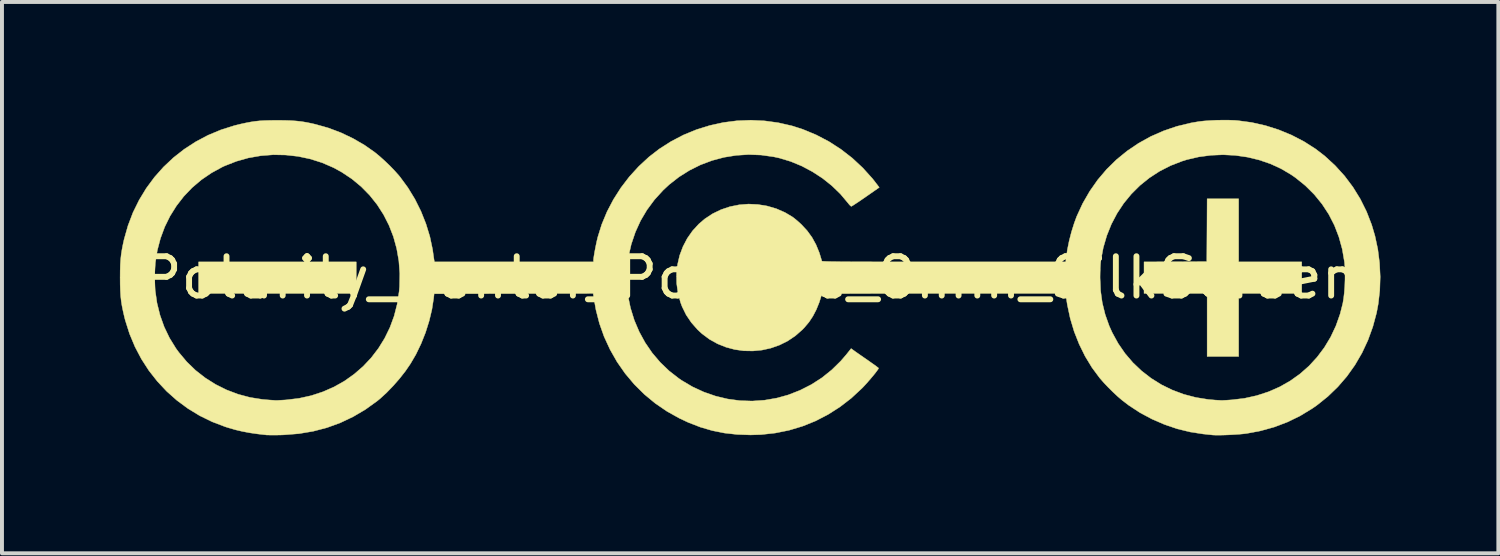
<source format=kicad_pcb>
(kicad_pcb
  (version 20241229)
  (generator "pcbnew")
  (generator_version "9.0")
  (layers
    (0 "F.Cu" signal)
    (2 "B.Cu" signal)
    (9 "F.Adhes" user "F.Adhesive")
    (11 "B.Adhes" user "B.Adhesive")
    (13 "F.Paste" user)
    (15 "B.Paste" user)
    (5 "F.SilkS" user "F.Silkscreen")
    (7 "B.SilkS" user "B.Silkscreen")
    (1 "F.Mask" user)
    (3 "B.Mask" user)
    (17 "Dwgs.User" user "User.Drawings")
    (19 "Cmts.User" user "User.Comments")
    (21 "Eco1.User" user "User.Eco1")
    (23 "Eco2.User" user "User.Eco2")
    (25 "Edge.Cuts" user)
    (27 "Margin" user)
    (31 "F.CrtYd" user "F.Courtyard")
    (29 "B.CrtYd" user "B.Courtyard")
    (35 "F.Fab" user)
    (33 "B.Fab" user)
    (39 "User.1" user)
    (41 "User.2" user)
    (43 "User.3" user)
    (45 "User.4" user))
  (footprint "Polarity_Center_Positive_8mm_SilkScreen"
    (layer "F.Cu")
    (at 16.021 4.012)
    (property "Reference" "Polarity_Center_Positive_8mm_SilkScreen" (at 0 0 0) (layer "F.SilkS") (effects (font (size 1 1) (thickness 0.15))))
    (attr exclude_from_pos_files exclude_from_bom)
    (fp_poly (pts (xy -10.01 0.401) (xy -14.02 0.401) (xy -14.02 -0.401) (xy -10.01 -0.401) (xy -10.01 0.401)) (stroke (width 0.01) (type solid)) (fill yes) (layer "F.SilkS"))
    (fp_poly (pts (xy 12.433 -0.401) (xy 14.037 -0.401) (xy 14.037 0.401) (xy 12.433 0.401) (xy 12.433 2.005) (xy 11.631 2.005) (xy 11.631 0.401) (xy 10.026 0.401) (xy 10.026 -0.401) (xy 10.824 -0.405) (xy 11.622 -0.409) (xy 11.627 -1.207) (xy 11.631 -2.005) (xy 12.433 -2.005) (xy 12.433 -0.401)) (stroke (width 0.01) (type solid)) (fill yes) (layer "F.SilkS"))
    (fp_poly (pts (xy 12.193 -4.006) (xy 12.338 -4.001) (xy 12.409 -3.995) (xy 12.765 -3.947) (xy 13.115 -3.868) (xy 13.455 -3.76) (xy 13.783 -3.624) (xy 14.095 -3.462) (xy 14.388 -3.275) (xy 14.622 -3.095) (xy 14.886 -2.852) (xy 15.126 -2.588) (xy 15.34 -2.303) (xy 15.527 -2) (xy 15.686 -1.68) (xy 15.816 -1.345) (xy 15.9 -1.061) (xy 15.972 -0.723) (xy 16.016 -0.375) (xy 16.033 -0.023) (xy 16.022 0.326) (xy 15.983 0.666) (xy 15.941 0.892) (xy 15.845 1.249) (xy 15.721 1.591) (xy 15.569 1.916) (xy 15.39 2.223) (xy 15.185 2.511) (xy 14.954 2.778) (xy 14.699 3.024) (xy 14.42 3.247) (xy 14.302 3.329) (xy 13.994 3.516) (xy 13.672 3.673) (xy 13.336 3.8) (xy 12.986 3.897) (xy 12.645 3.961) (xy 12.559 3.972) (xy 12.454 3.982) (xy 12.335 3.99) (xy 12.21 3.997) (xy 12.087 4.002) (xy 11.971 4.005) (xy 11.871 4.006) (xy 11.794 4.003) (xy 11.764 4.001) (xy 11.723 3.996) (xy 11.658 3.99) (xy 11.581 3.981) (xy 11.53 3.976) (xy 11.2 3.925) (xy 10.869 3.844) (xy 10.543 3.733) (xy 10.226 3.596) (xy 9.922 3.433) (xy 9.638 3.247) (xy 9.467 3.116) (xy 9.357 3.022) (xy 9.238 2.911) (xy 9.117 2.791) (xy 9.004 2.672) (xy 8.908 2.562) (xy 8.896 2.548) (xy 8.701 2.285) (xy 8.527 1.998) (xy 8.376 1.691) (xy 8.249 1.37) (xy 8.149 1.036) (xy 8.076 0.695) (xy 8.062 0.606) (xy 8.032 0.401) (xy 4.934 0.401) (xy 4.543 0.401) (xy 4.184 0.401) (xy 3.856 0.401) (xy 3.557 0.402) (xy 3.287 0.402) (xy 3.045 0.403) (xy 2.829 0.403) (xy 2.638 0.404) (xy 2.47 0.405) (xy 2.325 0.406) (xy 2.201 0.408) (xy 2.098 0.409) (xy 2.013 0.411) (xy 1.946 0.412) (xy 1.896 0.414) (xy 1.861 0.417) (xy 1.839 0.419) (xy 1.831 0.422) (xy 1.831 0.422) (xy 1.764 0.633) (xy 1.689 0.817) (xy 1.604 0.98) (xy 1.506 1.128) (xy 1.39 1.266) (xy 1.338 1.321) (xy 1.158 1.479) (xy 0.962 1.611) (xy 0.753 1.715) (xy 0.534 1.792) (xy 0.308 1.842) (xy 0.078 1.864) (xy -0.153 1.86) (xy -0.382 1.828) (xy -0.606 1.768) (xy -0.821 1.682) (xy -1.026 1.568) (xy -1.215 1.427) (xy -1.326 1.325) (xy -1.488 1.141) (xy -1.619 0.947) (xy -1.721 0.74) (xy -1.763 0.628) (xy -1.828 0.387) (xy -1.861 0.144) (xy -1.863 0.006) (xy 8.907 0.006) (xy 8.921 0.329) (xy 8.964 0.638) (xy 9.037 0.935) (xy 9.14 1.226) (xy 9.216 1.395) (xy 9.367 1.671) (xy 9.543 1.927) (xy 9.743 2.161) (xy 9.965 2.372) (xy 10.207 2.559) (xy 10.468 2.722) (xy 10.746 2.858) (xy 11.038 2.967) (xy 11.344 3.047) (xy 11.661 3.098) (xy 11.848 3.114) (xy 11.908 3.117) (xy 11.961 3.12) (xy 11.981 3.122) (xy 12.013 3.122) (xy 12.071 3.119) (xy 12.146 3.115) (xy 12.233 3.109) (xy 12.252 3.108) (xy 12.58 3.069) (xy 12.895 2.999) (xy 13.195 2.901) (xy 13.479 2.776) (xy 13.746 2.624) (xy 13.994 2.447) (xy 14.222 2.246) (xy 14.428 2.022) (xy 14.612 1.777) (xy 14.772 1.511) (xy 14.906 1.227) (xy 15.013 0.924) (xy 15.082 0.652) (xy 15.103 0.526) (xy 15.12 0.377) (xy 15.132 0.213) (xy 15.138 0.044) (xy 15.139 -0.121) (xy 15.134 -0.273) (xy 15.124 -0.397) (xy 15.068 -0.724) (xy 14.982 -1.036) (xy 14.868 -1.332) (xy 14.725 -1.611) (xy 14.554 -1.872) (xy 14.356 -2.115) (xy 14.131 -2.339) (xy 13.88 -2.542) (xy 13.769 -2.619) (xy 13.514 -2.77) (xy 13.24 -2.896) (xy 12.953 -2.994) (xy 12.654 -3.066) (xy 12.348 -3.11) (xy 12.038 -3.126) (xy 11.727 -3.113) (xy 11.419 -3.072) (xy 11.117 -3.002) (xy 10.996 -2.964) (xy 10.699 -2.849) (xy 10.42 -2.706) (xy 10.16 -2.537) (xy 9.921 -2.344) (xy 9.704 -2.128) (xy 9.51 -1.892) (xy 9.34 -1.635) (xy 9.196 -1.361) (xy 9.079 -1.07) (xy 8.99 -0.765) (xy 8.93 -0.446) (xy 8.924 -0.401) (xy 8.918 -0.333) (xy 8.913 -0.241) (xy 8.909 -0.137) (xy 8.907 -0.03) (xy 8.907 0.006) (xy -1.863 0.006) (xy -1.864 -0.098) (xy -1.838 -0.336) (xy -1.784 -0.568) (xy -1.701 -0.789) (xy -1.592 -0.998) (xy -1.457 -1.191) (xy -1.296 -1.366) (xy -1.148 -1.493) (xy -0.947 -1.626) (xy -0.732 -1.73) (xy -0.506 -1.806) (xy -0.272 -1.853) (xy -0.034 -1.872) (xy 0.205 -1.861) (xy 0.442 -1.822) (xy 0.672 -1.755) (xy 0.894 -1.658) (xy 1.078 -1.549) (xy 1.133 -1.508) (xy 1.201 -1.452) (xy 1.272 -1.389) (xy 1.316 -1.348) (xy 1.46 -1.192) (xy 1.582 -1.024) (xy 1.683 -0.84) (xy 1.767 -0.635) (xy 1.832 -0.422) (xy 1.838 -0.419) (xy 1.858 -0.417) (xy 1.891 -0.415) (xy 1.94 -0.413) (xy 2.004 -0.411) (xy 2.087 -0.409) (xy 2.188 -0.408) (xy 2.309 -0.406) (xy 2.451 -0.405) (xy 2.616 -0.404) (xy 2.804 -0.404) (xy 3.017 -0.403) (xy 3.257 -0.402) (xy 3.523 -0.402) (xy 3.818 -0.401) (xy 4.142 -0.401) (xy 4.498 -0.401) (xy 4.885 -0.401) (xy 8.034 -0.401) (xy 8.046 -0.505) (xy 8.077 -0.715) (xy 8.123 -0.94) (xy 8.182 -1.168) (xy 8.251 -1.388) (xy 8.315 -1.561) (xy 8.467 -1.89) (xy 8.646 -2.2) (xy 8.849 -2.489) (xy 9.076 -2.757) (xy 9.326 -3.002) (xy 9.597 -3.223) (xy 9.887 -3.419) (xy 10.195 -3.59) (xy 10.521 -3.733) (xy 10.861 -3.849) (xy 11.216 -3.935) (xy 11.419 -3.97) (xy 11.547 -3.985) (xy 11.699 -3.996) (xy 11.863 -4.004) (xy 12.031 -4.007) (xy 12.193 -4.006)) (stroke (width 0.01) (type solid)) (fill yes) (layer "F.SilkS"))
    (fp_poly (pts (xy 0.378 -3.988) (xy 0.727 -3.94) (xy 1.073 -3.861) (xy 1.345 -3.774) (xy 1.685 -3.633) (xy 2.01 -3.463) (xy 2.317 -3.265) (xy 2.606 -3.041) (xy 2.875 -2.79) (xy 3.122 -2.516) (xy 3.247 -2.355) (xy 3.292 -2.295) (xy 2.946 -2.054) (xy 2.85 -1.988) (xy 2.764 -1.929) (xy 2.689 -1.88) (xy 2.631 -1.842) (xy 2.593 -1.819) (xy 2.58 -1.813) (xy 2.561 -1.826) (xy 2.529 -1.858) (xy 2.493 -1.903) (xy 2.303 -2.129) (xy 2.087 -2.338) (xy 1.849 -2.528) (xy 1.592 -2.695) (xy 1.322 -2.839) (xy 1.041 -2.955) (xy 0.754 -3.042) (xy 0.608 -3.074) (xy 0.288 -3.119) (xy -0.031 -3.131) (xy -0.346 -3.111) (xy -0.657 -3.061) (xy -0.96 -2.98) (xy -1.253 -2.87) (xy -1.534 -2.73) (xy -1.8 -2.563) (xy -2.05 -2.368) (xy -2.206 -2.223) (xy -2.426 -1.981) (xy -2.617 -1.723) (xy -2.779 -1.449) (xy -2.911 -1.159) (xy -3.015 -0.852) (xy -3.089 -0.529) (xy -3.102 -0.451) (xy -3.117 -0.322) (xy -3.126 -0.172) (xy -3.13 -0.01) (xy -3.127 0.153) (xy -3.119 0.305) (xy -3.104 0.436) (xy -3.102 0.449) (xy -3.035 0.771) (xy -2.939 1.081) (xy -2.814 1.375) (xy -2.662 1.653) (xy -2.484 1.913) (xy -2.28 2.153) (xy -2.053 2.371) (xy -1.802 2.566) (xy -1.738 2.61) (xy -1.459 2.775) (xy -1.169 2.909) (xy -0.869 3.013) (xy -0.563 3.086) (xy -0.251 3.128) (xy 0.062 3.138) (xy 0.377 3.116) (xy 0.689 3.062) (xy 0.977 2.982) (xy 1.279 2.864) (xy 1.566 2.718) (xy 1.835 2.545) (xy 2.085 2.344) (xy 2.314 2.119) (xy 2.452 1.959) (xy 2.576 1.803) (xy 2.654 1.859) (xy 2.693 1.887) (xy 2.753 1.929) (xy 2.829 1.982) (xy 2.914 2.041) (xy 3.004 2.103) (xy 3.087 2.162) (xy 3.16 2.213) (xy 3.218 2.256) (xy 3.258 2.286) (xy 3.275 2.301) (xy 3.275 2.302) (xy 3.265 2.325) (xy 3.235 2.367) (xy 3.191 2.426) (xy 3.135 2.495) (xy 3.071 2.571) (xy 3.004 2.648) (xy 2.937 2.723) (xy 2.874 2.791) (xy 2.85 2.815) (xy 2.579 3.066) (xy 2.291 3.288) (xy 1.988 3.481) (xy 1.671 3.645) (xy 1.34 3.778) (xy 0.998 3.881) (xy 0.646 3.952) (xy 0.284 3.992) (xy 0.017 4) (xy -0.324 3.988) (xy -0.646 3.952) (xy -0.956 3.89) (xy -1.259 3.801) (xy -1.562 3.684) (xy -1.792 3.576) (xy -2.109 3.399) (xy -2.407 3.195) (xy -2.684 2.966) (xy -2.939 2.713) (xy -3.171 2.437) (xy -3.377 2.141) (xy -3.556 1.826) (xy -3.707 1.498) (xy -3.825 1.165) (xy -3.913 0.823) (xy -3.947 0.634) (xy -3.985 0.401) (xy -8.029 0.409) (xy -8.042 0.526) (xy -8.086 0.81) (xy -8.156 1.102) (xy -8.248 1.395) (xy -8.362 1.681) (xy -8.493 1.953) (xy -8.631 2.189) (xy -8.76 2.377) (xy -8.909 2.567) (xy -9.07 2.751) (xy -9.236 2.923) (xy -9.401 3.074) (xy -9.48 3.139) (xy -9.779 3.354) (xy -10.092 3.538) (xy -10.417 3.692) (xy -10.755 3.815) (xy -11.106 3.907) (xy -11.47 3.968) (xy -11.846 3.998) (xy -11.923 4.001) (xy -12.025 4.003) (xy -12.12 4.003) (xy -12.201 4.003) (xy -12.262 4.002) (xy -12.291 4.001) (xy -12.517 3.975) (xy -12.719 3.946) (xy -12.904 3.911) (xy -13.08 3.87) (xy -13.257 3.819) (xy -13.343 3.792) (xy -13.676 3.665) (xy -13.993 3.51) (xy -14.292 3.328) (xy -14.572 3.121) (xy -14.832 2.89) (xy -15.07 2.636) (xy -15.285 2.362) (xy -15.475 2.068) (xy -15.639 1.756) (xy -15.776 1.428) (xy -15.885 1.085) (xy -15.907 0.999) (xy -15.941 0.851) (xy -15.968 0.719) (xy -15.988 0.593) (xy -16.002 0.467) (xy -16.01 0.331) (xy -16.015 0.178) (xy -16.016 0) (xy -16.016 -0.008) (xy -15.14 -0.008) (xy -15.124 0.324) (xy -15.078 0.645) (xy -15.001 0.955) (xy -14.895 1.252) (xy -14.759 1.535) (xy -14.594 1.802) (xy -14.523 1.899) (xy -14.321 2.14) (xy -14.097 2.357) (xy -13.851 2.549) (xy -13.588 2.715) (xy -13.309 2.854) (xy -13.016 2.965) (xy -12.712 3.046) (xy -12.399 3.096) (xy -12.274 3.107) (xy -12.196 3.113) (xy -12.127 3.117) (xy -12.077 3.121) (xy -12.057 3.122) (xy -12.028 3.122) (xy -11.974 3.119) (xy -11.9 3.115) (xy -11.815 3.11) (xy -11.79 3.108) (xy -11.465 3.069) (xy -11.153 3) (xy -10.856 2.902) (xy -10.574 2.778) (xy -10.308 2.628) (xy -10.062 2.453) (xy -9.835 2.256) (xy -9.63 2.038) (xy -9.447 1.799) (xy -9.288 1.542) (xy -9.154 1.267) (xy -9.047 0.977) (xy -8.969 0.672) (xy -8.92 0.354) (xy -8.909 0.226) (xy -8.903 -0.105) (xy -8.927 -0.428) (xy -8.982 -0.741) (xy -9.065 -1.042) (xy -9.177 -1.33) (xy -9.315 -1.602) (xy -9.48 -1.859) (xy -9.67 -2.097) (xy -9.884 -2.315) (xy -10.122 -2.512) (xy -10.382 -2.685) (xy -10.586 -2.797) (xy -10.877 -2.923) (xy -11.179 -3.019) (xy -11.49 -3.085) (xy -11.805 -3.12) (xy -12.123 -3.126) (xy -12.44 -3.101) (xy -12.753 -3.046) (xy -13.058 -2.96) (xy -13.354 -2.844) (xy -13.415 -2.816) (xy -13.693 -2.664) (xy -13.951 -2.488) (xy -14.186 -2.288) (xy -14.397 -2.067) (xy -14.584 -1.825) (xy -14.746 -1.566) (xy -14.882 -1.29) (xy -14.99 -0.999) (xy -15.07 -0.694) (xy -15.12 -0.378) (xy -15.139 -0.052) (xy -15.14 -0.008) (xy -16.016 -0.008) (xy -16.015 -0.178) (xy -16.011 -0.331) (xy -16.002 -0.466) (xy -15.988 -0.593) (xy -15.968 -0.719) (xy -15.942 -0.852) (xy -15.914 -0.978) (xy -15.815 -1.326) (xy -15.688 -1.659) (xy -15.532 -1.975) (xy -15.35 -2.275) (xy -15.143 -2.555) (xy -14.913 -2.814) (xy -14.66 -3.052) (xy -14.386 -3.267) (xy -14.093 -3.457) (xy -13.782 -3.622) (xy -13.454 -3.759) (xy -13.11 -3.868) (xy -12.951 -3.907) (xy -12.813 -3.937) (xy -12.692 -3.96) (xy -12.578 -3.977) (xy -12.464 -3.989) (xy -12.343 -3.996) (xy -12.205 -4) (xy -12.044 -4.002) (xy -12.007 -4.002) (xy -11.828 -4) (xy -11.674 -3.995) (xy -11.536 -3.985) (xy -11.407 -3.971) (xy -11.278 -3.95) (xy -11.141 -3.922) (xy -11.047 -3.9) (xy -10.72 -3.808) (xy -10.399 -3.687) (xy -10.089 -3.539) (xy -9.795 -3.368) (xy -9.539 -3.188) (xy -9.418 -3.089) (xy -9.287 -2.971) (xy -9.155 -2.845) (xy -9.032 -2.717) (xy -8.925 -2.597) (xy -8.899 -2.565) (xy -8.698 -2.292) (xy -8.519 -1.999) (xy -8.365 -1.69) (xy -8.238 -1.371) (xy -8.138 -1.045) (xy -8.069 -0.718) (xy -8.055 -0.618) (xy -8.045 -0.548) (xy -8.036 -0.487) (xy -8.03 -0.446) (xy -8.028 -0.439) (xy -8.02 -0.401) (xy -3.977 -0.401) (xy -3.977 -0.441) (xy -3.974 -0.484) (xy -3.964 -0.552) (xy -3.95 -0.638) (xy -3.932 -0.734) (xy -3.912 -0.834) (xy -3.892 -0.928) (xy -3.872 -1.011) (xy -3.869 -1.026) (xy -3.766 -1.356) (xy -3.632 -1.678) (xy -3.469 -1.989) (xy -3.279 -2.287) (xy -3.064 -2.568) (xy -2.826 -2.829) (xy -2.567 -3.069) (xy -2.305 -3.272) (xy -2.003 -3.465) (xy -1.686 -3.63) (xy -1.358 -3.765) (xy -1.02 -3.87) (xy -0.676 -3.946) (xy -0.326 -3.991) (xy 0.026 -4.005) (xy 0.378 -3.988)) (stroke (width 0.01) (type solid)) (fill yes) (layer "F.SilkS")))
  (gr_rect
    (start -3 -3)
    (end 35.059 11.023)
    (stroke (width 0.1) (type default))
    (fill no)
    (layer "Edge.Cuts")))
</source>
